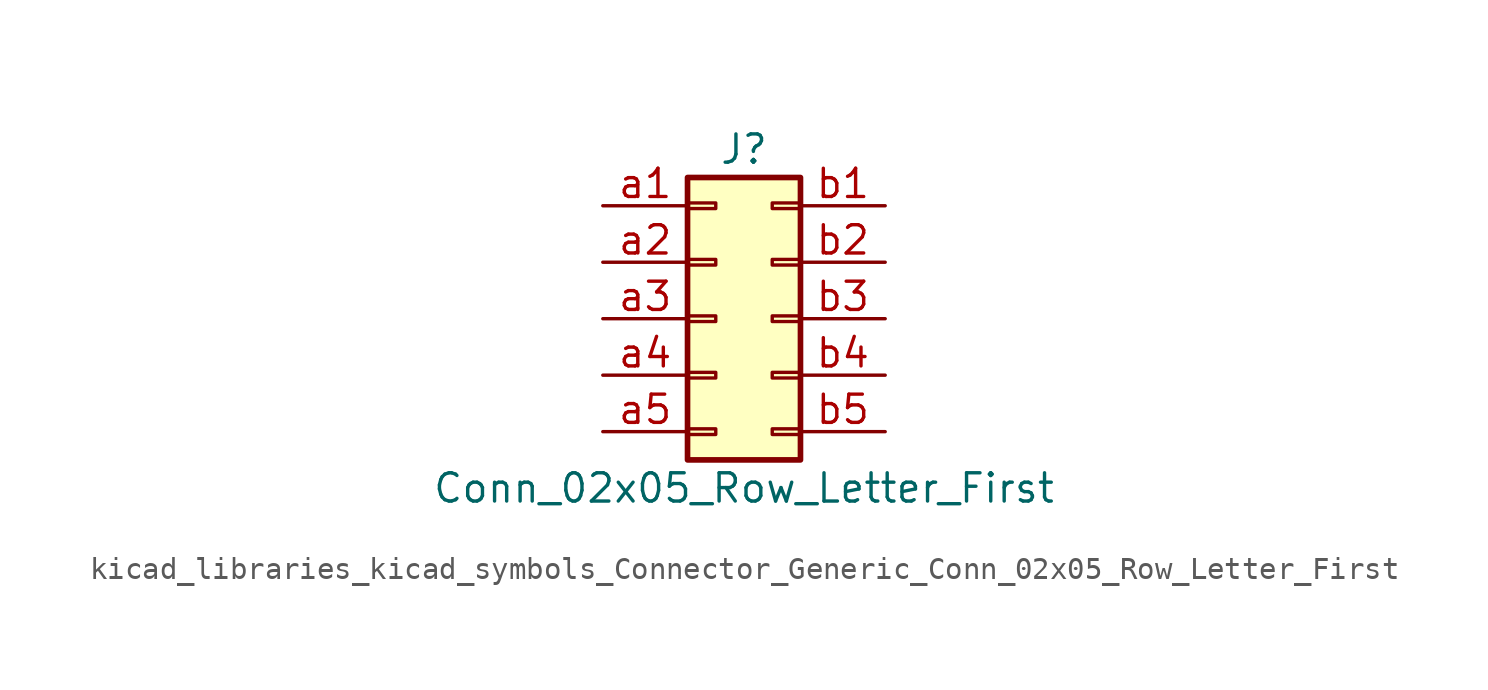
<source format=kicad_sym>
(kicad_symbol_lib
  (version 20220914)
  (generator kicad_symbol_editor)
  (symbol "kicad_libraries_kicad_symbols_Connector_Generic_Conn_02x05_Row_Letter_First"
    (pin_names
      (offset 1.016) hide)
    (property "Reference" "J"
      (at 1.27 7.62 0)
      (effects (font (size 1.27 1.27))))
    (property "Value" "Conn_02x05_Row_Letter_First"
      (at 1.27 -7.62 0)
      (effects (font (size 1.27 1.27))))
    (symbol "kicad_libraries_kicad_symbols_Connector_Generic_Conn_02x05_Row_Letter_First_1_1"
      (rectangle (start -1.27 -4.953) (end 0 -5.207) (stroke (width 0.152) (type default)) (fill (type none)))
      (rectangle (start -1.27 -2.413) (end 0 -2.667) (stroke (width 0.152) (type default)) (fill (type none)))
      (rectangle (start -1.27 0.127) (end 0 -0.127) (stroke (width 0.152) (type default)) (fill (type none)))
      (rectangle (start -1.27 2.667) (end 0 2.413) (stroke (width 0.152) (type default)) (fill (type none)))
      (rectangle (start -1.27 5.207) (end 0 4.953) (stroke (width 0.152) (type default)) (fill (type none)))
      (rectangle (start -1.27 6.35) (end 3.81 -6.35) (stroke (width 0.254) (type default)) (fill (type background)))
      (rectangle (start 3.81 -4.953) (end 2.54 -5.207) (stroke (width 0.152) (type default)) (fill (type none)))
      (rectangle (start 3.81 -2.413) (end 2.54 -2.667) (stroke (width 0.152) (type default)) (fill (type none)))
      (rectangle (start 3.81 0.127) (end 2.54 -0.127) (stroke (width 0.152) (type default)) (fill (type none)))
      (rectangle (start 3.81 2.667) (end 2.54 2.413) (stroke (width 0.152) (type default)) (fill (type none)))
      (rectangle (start 3.81 5.207) (end 2.54 4.953) (stroke (width 0.152) (type default)) (fill (type none)))
      (pin passive line (at -5.08 5.08 0) (length 3.81) (name "Pin_a1" (effects (font (size 1.27 1.27)))) (number "a1" (effects (font (size 1.27 1.27)))))
      (pin passive line (at -5.08 2.54 0) (length 3.81) (name "Pin_a2" (effects (font (size 1.27 1.27)))) (number "a2" (effects (font (size 1.27 1.27)))))
      (pin passive line (at -5.08 0 0) (length 3.81) (name "Pin_a3" (effects (font (size 1.27 1.27)))) (number "a3" (effects (font (size 1.27 1.27)))))
      (pin passive line (at -5.08 -2.54 0) (length 3.81) (name "Pin_a4" (effects (font (size 1.27 1.27)))) (number "a4" (effects (font (size 1.27 1.27)))))
      (pin passive line (at -5.08 -5.08 0) (length 3.81) (name "Pin_a5" (effects (font (size 1.27 1.27)))) (number "a5" (effects (font (size 1.27 1.27)))))
      (pin passive line (at 7.62 5.08 180) (length 3.81) (name "Pin_b1" (effects (font (size 1.27 1.27)))) (number "b1" (effects (font (size 1.27 1.27)))))
      (pin passive line (at 7.62 2.54 180) (length 3.81) (name "Pin_b2" (effects (font (size 1.27 1.27)))) (number "b2" (effects (font (size 1.27 1.27)))))
      (pin passive line (at 7.62 0 180) (length 3.81) (name "Pin_b3" (effects (font (size 1.27 1.27)))) (number "b3" (effects (font (size 1.27 1.27)))))
      (pin passive line (at 7.62 -2.54 180) (length 3.81) (name "Pin_b4" (effects (font (size 1.27 1.27)))) (number "b4" (effects (font (size 1.27 1.27)))))
      (pin passive line (at 7.62 -5.08 180) (length 3.81) (name "Pin_b5" (effects (font (size 1.27 1.27)))) (number "b5" (effects (font (size 1.27 1.27))))))))
</source>
